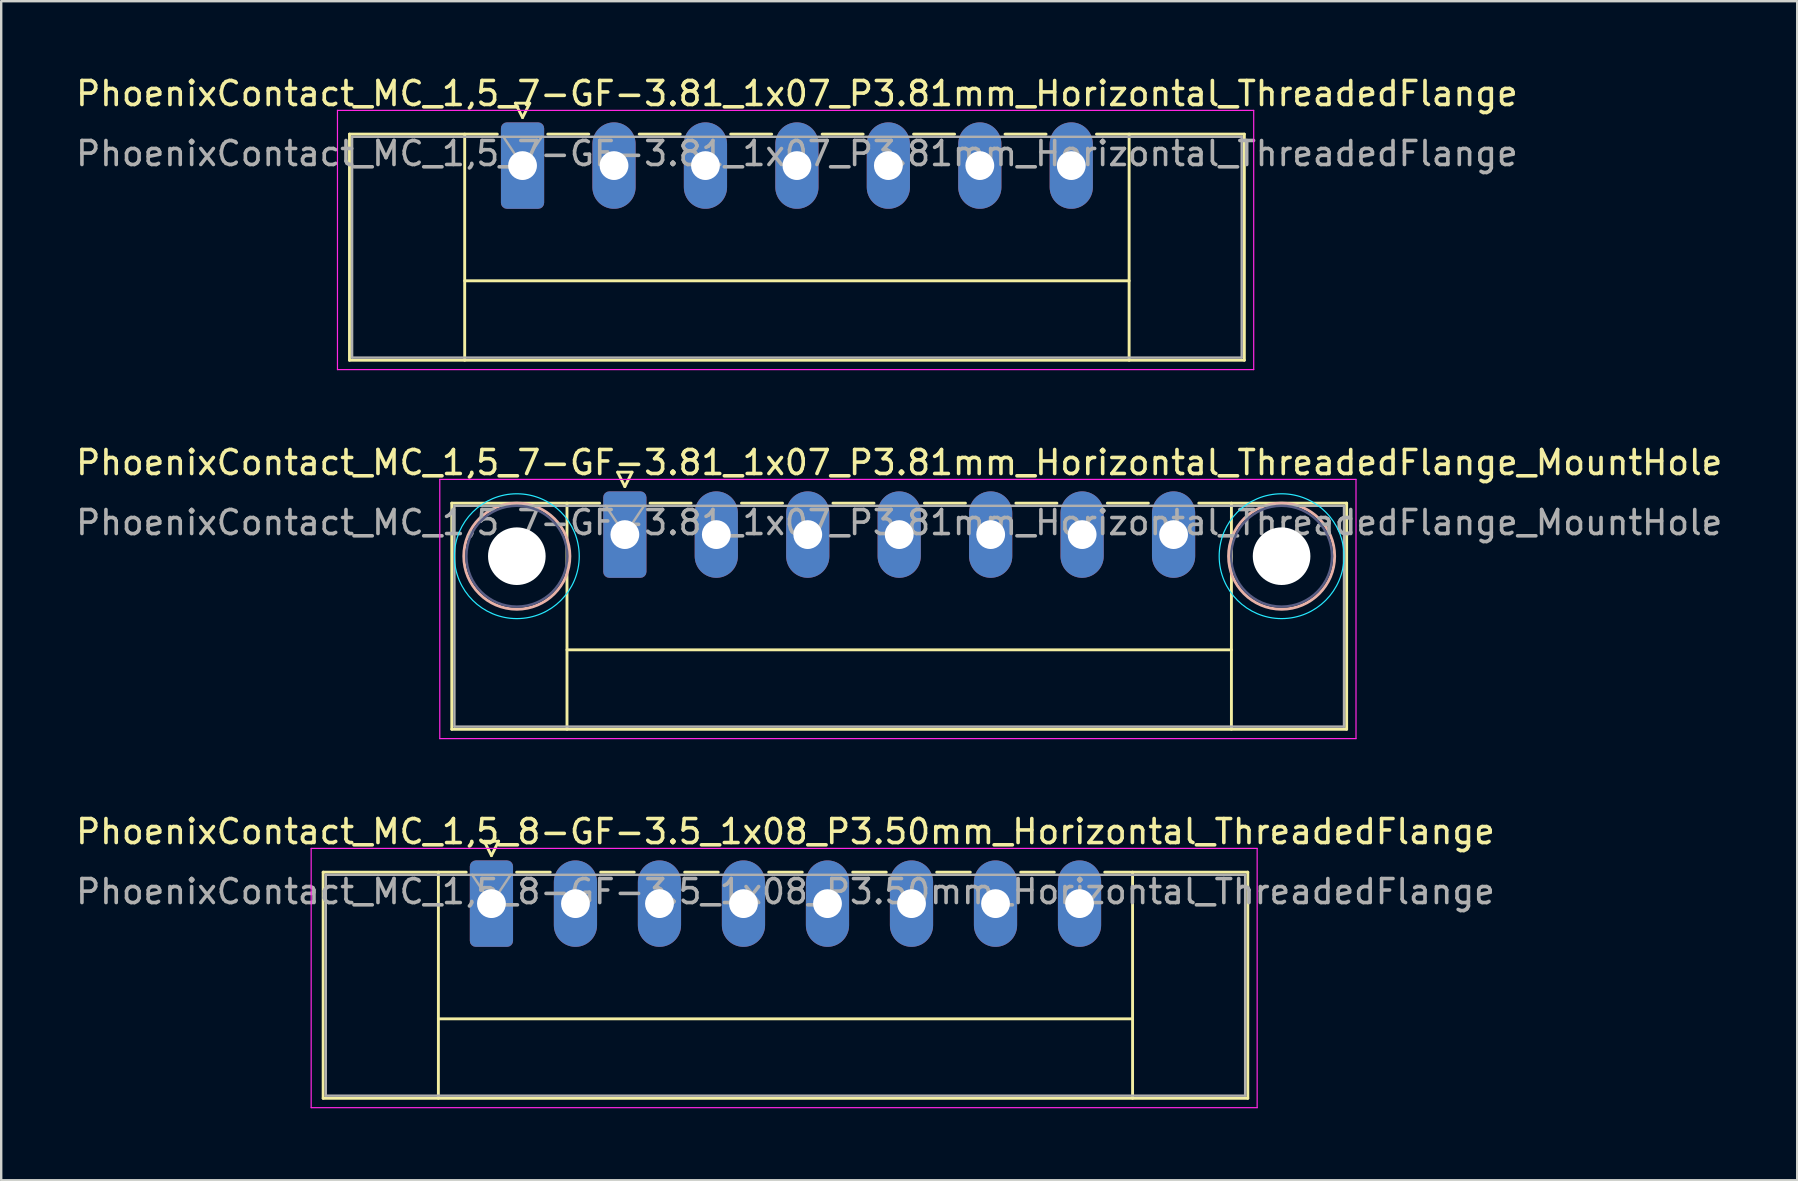
<source format=kicad_pcb>
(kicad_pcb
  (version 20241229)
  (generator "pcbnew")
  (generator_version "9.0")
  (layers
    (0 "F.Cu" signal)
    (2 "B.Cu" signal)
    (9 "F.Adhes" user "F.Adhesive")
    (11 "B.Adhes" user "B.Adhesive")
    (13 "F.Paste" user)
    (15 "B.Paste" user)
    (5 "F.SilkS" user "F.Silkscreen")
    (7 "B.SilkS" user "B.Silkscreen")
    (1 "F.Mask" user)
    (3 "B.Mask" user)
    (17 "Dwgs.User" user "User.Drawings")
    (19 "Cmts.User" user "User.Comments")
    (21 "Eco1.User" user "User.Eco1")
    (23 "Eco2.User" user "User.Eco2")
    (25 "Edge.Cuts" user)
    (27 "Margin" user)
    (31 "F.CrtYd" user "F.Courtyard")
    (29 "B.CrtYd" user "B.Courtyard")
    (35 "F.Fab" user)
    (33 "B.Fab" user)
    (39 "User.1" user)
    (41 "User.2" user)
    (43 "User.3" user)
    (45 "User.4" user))
  (footprint "PhoenixContact_MC_1,5_7-GF-3.81_1x07_P3.81mm_Horizontal_ThreadedFlange"
    (layer "F.Cu")
    (at 18.719 3.848)
    (property "Reference" "PhoenixContact_MC_1,5_7-GF-3.81_1x07_P3.81mm_Horizontal_ThreadedFlange" (at 11.43 -3 0) (layer "F.SilkS") (effects (font (size 1 1) (thickness 0.15))))
    (attr through_hole)
    (fp_line (start -7.21 -1.31) (end -7.21 8.11) (stroke (width 0.12) (type solid)) (layer "F.SilkS"))
    (fp_line (start -7.21 -1.31) (end -1.05 -1.31) (stroke (width 0.12) (type solid)) (layer "F.SilkS"))
    (fp_line (start -7.21 8.11) (end 30.07 8.11) (stroke (width 0.12) (type solid)) (layer "F.SilkS"))
    (fp_line (start -2.41 -1.31) (end -2.41 8.11) (stroke (width 0.12) (type solid)) (layer "F.SilkS"))
    (fp_line (start -2.41 4.8) (end 25.27 4.8) (stroke (width 0.12) (type solid)) (layer "F.SilkS"))
    (fp_line (start -0.3 -2.6) (end 0.3 -2.6) (stroke (width 0.12) (type solid)) (layer "F.SilkS"))
    (fp_line (start 0 -2) (end -0.3 -2.6) (stroke (width 0.12) (type solid)) (layer "F.SilkS"))
    (fp_line (start 0.3 -2.6) (end 0 -2) (stroke (width 0.12) (type solid)) (layer "F.SilkS"))
    (fp_line (start 1.05 -1.31) (end 2.76 -1.31) (stroke (width 0.12) (type solid)) (layer "F.SilkS"))
    (fp_line (start 4.86 -1.31) (end 6.57 -1.31) (stroke (width 0.12) (type solid)) (layer "F.SilkS"))
    (fp_line (start 8.67 -1.31) (end 10.38 -1.31) (stroke (width 0.12) (type solid)) (layer "F.SilkS"))
    (fp_line (start 12.48 -1.31) (end 14.19 -1.31) (stroke (width 0.12) (type solid)) (layer "F.SilkS"))
    (fp_line (start 16.29 -1.31) (end 18 -1.31) (stroke (width 0.12) (type solid)) (layer "F.SilkS"))
    (fp_line (start 20.1 -1.31) (end 21.81 -1.31) (stroke (width 0.12) (type solid)) (layer "F.SilkS"))
    (fp_line (start 25.27 -1.31) (end 25.27 8.11) (stroke (width 0.12) (type solid)) (layer "F.SilkS"))
    (fp_line (start 30.07 -1.31) (end 23.91 -1.31) (stroke (width 0.12) (type solid)) (layer "F.SilkS"))
    (fp_line (start 30.07 8.11) (end 30.07 -1.31) (stroke (width 0.12) (type solid)) (layer "F.SilkS"))
    (fp_line (start -7.71 -2.3) (end -7.71 8.5) (stroke (width 0.05) (type solid)) (layer "F.CrtYd"))
    (fp_line (start -7.71 8.5) (end 30.46 8.5) (stroke (width 0.05) (type solid)) (layer "F.CrtYd"))
    (fp_line (start 30.46 -2.3) (end -7.71 -2.3) (stroke (width 0.05) (type solid)) (layer "F.CrtYd"))
    (fp_line (start 30.46 8.5) (end 30.46 -2.3) (stroke (width 0.05) (type solid)) (layer "F.CrtYd"))
    (fp_line (start -7.1 -1.2) (end -7.1 8) (stroke (width 0.1) (type solid)) (layer "F.Fab"))
    (fp_line (start -7.1 8) (end 29.96 8) (stroke (width 0.1) (type solid)) (layer "F.Fab"))
    (fp_line (start 0 0) (end -0.8 -1.2) (stroke (width 0.1) (type solid)) (layer "F.Fab"))
    (fp_line (start 0.8 -1.2) (end 0 0) (stroke (width 0.1) (type solid)) (layer "F.Fab"))
    (fp_line (start 29.96 -1.2) (end -7.1 -1.2) (stroke (width 0.1) (type solid)) (layer "F.Fab"))
    (fp_line (start 29.96 8) (end 29.96 -1.2) (stroke (width 0.1) (type solid)) (layer "F.Fab"))
    (fp_text user "${REFERENCE}" (at 11.43 -0.5 0) (layer "F.Fab") (effects (font (size 1 1) (thickness 0.15))))
    (pad "1" thru_hole roundrect (at 0 0) (size 1.8 3.6) (drill 1.2) (layers "*.Cu" "*.Mask") (roundrect_rratio 0.139))
    (pad "2" thru_hole oval (at 3.81 0) (size 1.8 3.6) (drill 1.2) (layers "*.Cu" "*.Mask"))
    (pad "3" thru_hole oval (at 7.62 0) (size 1.8 3.6) (drill 1.2) (layers "*.Cu" "*.Mask"))
    (pad "4" thru_hole oval (at 11.43 0) (size 1.8 3.6) (drill 1.2) (layers "*.Cu" "*.Mask"))
    (pad "5" thru_hole oval (at 15.24 0) (size 1.8 3.6) (drill 1.2) (layers "*.Cu" "*.Mask"))
    (pad "6" thru_hole oval (at 19.05 0) (size 1.8 3.6) (drill 1.2) (layers "*.Cu" "*.Mask"))
    (pad "7" thru_hole oval (at 22.86 0) (size 1.8 3.6) (drill 1.2) (layers "*.Cu" "*.Mask")))
  (footprint "PhoenixContact_MC_1,5_8-GF-3.5_1x08_P3.50mm_Horizontal_ThreadedFlange"
    (layer "F.Cu")
    (at 17.423 34.595)
    (property "Reference" "PhoenixContact_MC_1,5_8-GF-3.5_1x08_P3.50mm_Horizontal_ThreadedFlange" (at 12.25 -3 0) (layer "F.SilkS") (effects (font (size 1 1) (thickness 0.15))))
    (attr through_hole)
    (fp_line (start -7.01 -1.31) (end -7.01 8.11) (stroke (width 0.12) (type solid)) (layer "F.SilkS"))
    (fp_line (start -7.01 -1.31) (end -1.05 -1.31) (stroke (width 0.12) (type solid)) (layer "F.SilkS"))
    (fp_line (start -7.01 8.11) (end 31.51 8.11) (stroke (width 0.12) (type solid)) (layer "F.SilkS"))
    (fp_line (start -2.21 -1.31) (end -2.21 8.11) (stroke (width 0.12) (type solid)) (layer "F.SilkS"))
    (fp_line (start -2.21 4.8) (end 26.71 4.8) (stroke (width 0.12) (type solid)) (layer "F.SilkS"))
    (fp_line (start -0.3 -2.6) (end 0.3 -2.6) (stroke (width 0.12) (type solid)) (layer "F.SilkS"))
    (fp_line (start 0 -2) (end -0.3 -2.6) (stroke (width 0.12) (type solid)) (layer "F.SilkS"))
    (fp_line (start 0.3 -2.6) (end 0 -2) (stroke (width 0.12) (type solid)) (layer "F.SilkS"))
    (fp_line (start 1.05 -1.31) (end 2.45 -1.31) (stroke (width 0.12) (type solid)) (layer "F.SilkS"))
    (fp_line (start 4.55 -1.31) (end 5.95 -1.31) (stroke (width 0.12) (type solid)) (layer "F.SilkS"))
    (fp_line (start 8.05 -1.31) (end 9.45 -1.31) (stroke (width 0.12) (type solid)) (layer "F.SilkS"))
    (fp_line (start 11.55 -1.31) (end 12.95 -1.31) (stroke (width 0.12) (type solid)) (layer "F.SilkS"))
    (fp_line (start 15.05 -1.31) (end 16.45 -1.31) (stroke (width 0.12) (type solid)) (layer "F.SilkS"))
    (fp_line (start 18.55 -1.31) (end 19.95 -1.31) (stroke (width 0.12) (type solid)) (layer "F.SilkS"))
    (fp_line (start 22.05 -1.31) (end 23.45 -1.31) (stroke (width 0.12) (type solid)) (layer "F.SilkS"))
    (fp_line (start 26.71 -1.31) (end 26.71 8.11) (stroke (width 0.12) (type solid)) (layer "F.SilkS"))
    (fp_line (start 31.51 -1.31) (end 25.55 -1.31) (stroke (width 0.12) (type solid)) (layer "F.SilkS"))
    (fp_line (start 31.51 8.11) (end 31.51 -1.31) (stroke (width 0.12) (type solid)) (layer "F.SilkS"))
    (fp_line (start -7.51 -2.3) (end -7.51 8.5) (stroke (width 0.05) (type solid)) (layer "F.CrtYd"))
    (fp_line (start -7.51 8.5) (end 31.9 8.5) (stroke (width 0.05) (type solid)) (layer "F.CrtYd"))
    (fp_line (start 31.9 -2.3) (end -7.51 -2.3) (stroke (width 0.05) (type solid)) (layer "F.CrtYd"))
    (fp_line (start 31.9 8.5) (end 31.9 -2.3) (stroke (width 0.05) (type solid)) (layer "F.CrtYd"))
    (fp_line (start -6.9 -1.2) (end -6.9 8) (stroke (width 0.1) (type solid)) (layer "F.Fab"))
    (fp_line (start -6.9 8) (end 31.4 8) (stroke (width 0.1) (type solid)) (layer "F.Fab"))
    (fp_line (start 0 0) (end -0.8 -1.2) (stroke (width 0.1) (type solid)) (layer "F.Fab"))
    (fp_line (start 0.8 -1.2) (end 0 0) (stroke (width 0.1) (type solid)) (layer "F.Fab"))
    (fp_line (start 31.4 -1.2) (end -6.9 -1.2) (stroke (width 0.1) (type solid)) (layer "F.Fab"))
    (fp_line (start 31.4 8) (end 31.4 -1.2) (stroke (width 0.1) (type solid)) (layer "F.Fab"))
    (fp_text user "${REFERENCE}" (at 12.25 -0.5 0) (layer "F.Fab") (effects (font (size 1 1) (thickness 0.15))))
    (pad "1" thru_hole roundrect (at 0 0) (size 1.8 3.6) (drill 1.2) (layers "*.Cu" "*.Mask") (roundrect_rratio 0.139))
    (pad "2" thru_hole oval (at 3.5 0) (size 1.8 3.6) (drill 1.2) (layers "*.Cu" "*.Mask"))
    (pad "3" thru_hole oval (at 7 0) (size 1.8 3.6) (drill 1.2) (layers "*.Cu" "*.Mask"))
    (pad "4" thru_hole oval (at 10.5 0) (size 1.8 3.6) (drill 1.2) (layers "*.Cu" "*.Mask"))
    (pad "5" thru_hole oval (at 14 0) (size 1.8 3.6) (drill 1.2) (layers "*.Cu" "*.Mask"))
    (pad "6" thru_hole oval (at 17.5 0) (size 1.8 3.6) (drill 1.2) (layers "*.Cu" "*.Mask"))
    (pad "7" thru_hole oval (at 21 0) (size 1.8 3.6) (drill 1.2) (layers "*.Cu" "*.Mask"))
    (pad "8" thru_hole oval (at 24.5 0) (size 1.8 3.6) (drill 1.2) (layers "*.Cu" "*.Mask")))
  (footprint "PhoenixContact_MC_1,5_7-GF-3.81_1x07_P3.81mm_Horizontal_ThreadedFlange_MountHole"
    (layer "F.Cu")
    (at 22.981 19.221)
    (property "Reference" "PhoenixContact_MC_1,5_7-GF-3.81_1x07_P3.81mm_Horizontal_ThreadedFlange_MountHole" (at 11.43 -3 0) (layer "F.SilkS") (effects (font (size 1 1) (thickness 0.15))))
    (attr through_hole)
    (fp_line (start -7.21 -1.31) (end -7.21 8.11) (stroke (width 0.12) (type solid)) (layer "F.SilkS"))
    (fp_line (start -7.21 -1.31) (end -1.05 -1.31) (stroke (width 0.12) (type solid)) (layer "F.SilkS"))
    (fp_line (start -7.21 8.11) (end 30.07 8.11) (stroke (width 0.12) (type solid)) (layer "F.SilkS"))
    (fp_line (start -2.41 -1.31) (end -2.41 8.11) (stroke (width 0.12) (type solid)) (layer "F.SilkS"))
    (fp_line (start -2.41 4.8) (end 25.27 4.8) (stroke (width 0.12) (type solid)) (layer "F.SilkS"))
    (fp_line (start -0.3 -2.6) (end 0.3 -2.6) (stroke (width 0.12) (type solid)) (layer "F.SilkS"))
    (fp_line (start 0 -2) (end -0.3 -2.6) (stroke (width 0.12) (type solid)) (layer "F.SilkS"))
    (fp_line (start 0.3 -2.6) (end 0 -2) (stroke (width 0.12) (type solid)) (layer "F.SilkS"))
    (fp_line (start 1.05 -1.31) (end 2.76 -1.31) (stroke (width 0.12) (type solid)) (layer "F.SilkS"))
    (fp_line (start 4.86 -1.31) (end 6.57 -1.31) (stroke (width 0.12) (type solid)) (layer "F.SilkS"))
    (fp_line (start 8.67 -1.31) (end 10.38 -1.31) (stroke (width 0.12) (type solid)) (layer "F.SilkS"))
    (fp_line (start 12.48 -1.31) (end 14.19 -1.31) (stroke (width 0.12) (type solid)) (layer "F.SilkS"))
    (fp_line (start 16.29 -1.31) (end 18 -1.31) (stroke (width 0.12) (type solid)) (layer "F.SilkS"))
    (fp_line (start 20.1 -1.31) (end 21.81 -1.31) (stroke (width 0.12) (type solid)) (layer "F.SilkS"))
    (fp_line (start 25.27 -1.31) (end 25.27 8.11) (stroke (width 0.12) (type solid)) (layer "F.SilkS"))
    (fp_line (start 30.07 -1.31) (end 23.91 -1.31) (stroke (width 0.12) (type solid)) (layer "F.SilkS"))
    (fp_line (start 30.07 8.11) (end 30.07 -1.31) (stroke (width 0.12) (type solid)) (layer "F.SilkS"))
    (fp_circle (center -4.5 0.9) (end -2.29 0.9) (stroke (width 0.12) (type solid)) (fill no) (layer "B.SilkS"))
    (fp_circle (center 27.36 0.9) (end 29.57 0.9) (stroke (width 0.12) (type solid)) (fill no) (layer "B.SilkS"))
    (fp_circle (center -4.5 0.9) (end -1.9 0.9) (stroke (width 0.05) (type solid)) (fill no) (layer "B.CrtYd"))
    (fp_circle (center 27.36 0.9) (end 29.96 0.9) (stroke (width 0.05) (type solid)) (fill no) (layer "B.CrtYd"))
    (fp_line (start -7.71 -2.3) (end -7.71 8.5) (stroke (width 0.05) (type solid)) (layer "F.CrtYd"))
    (fp_line (start -7.71 8.5) (end 30.46 8.5) (stroke (width 0.05) (type solid)) (layer "F.CrtYd"))
    (fp_line (start 30.46 -2.3) (end -7.71 -2.3) (stroke (width 0.05) (type solid)) (layer "F.CrtYd"))
    (fp_line (start 30.46 8.5) (end 30.46 -2.3) (stroke (width 0.05) (type solid)) (layer "F.CrtYd"))
    (fp_circle (center -4.5 0.9) (end -2.4 0.9) (stroke (width 0.1) (type solid)) (fill no) (layer "B.Fab"))
    (fp_circle (center 27.36 0.9) (end 29.46 0.9) (stroke (width 0.1) (type solid)) (fill no) (layer "B.Fab"))
    (fp_line (start -7.1 -1.2) (end -7.1 8) (stroke (width 0.1) (type solid)) (layer "F.Fab"))
    (fp_line (start -7.1 8) (end 29.96 8) (stroke (width 0.1) (type solid)) (layer "F.Fab"))
    (fp_line (start 0 0) (end -0.8 -1.2) (stroke (width 0.1) (type solid)) (layer "F.Fab"))
    (fp_line (start 0.8 -1.2) (end 0 0) (stroke (width 0.1) (type solid)) (layer "F.Fab"))
    (fp_line (start 29.96 -1.2) (end -7.1 -1.2) (stroke (width 0.1) (type solid)) (layer "F.Fab"))
    (fp_line (start 29.96 8) (end 29.96 -1.2) (stroke (width 0.1) (type solid)) (layer "F.Fab"))
    (fp_text user "${REFERENCE}" (at 11.43 -0.5 0) (layer "F.Fab") (effects (font (size 1 1) (thickness 0.15))))
    (pad "" np_thru_hole circle (at -4.5 0.9) (size 2.4 2.4) (drill 2.4) (layers "*.Cu" "*.Mask"))
    (pad "" np_thru_hole circle (at 27.36 0.9) (size 2.4 2.4) (drill 2.4) (layers "*.Cu" "*.Mask"))
    (pad "1" thru_hole roundrect (at 0 0) (size 1.8 3.6) (drill 1.2) (layers "*.Cu" "*.Mask") (roundrect_rratio 0.139))
    (pad "2" thru_hole oval (at 3.81 0) (size 1.8 3.6) (drill 1.2) (layers "*.Cu" "*.Mask"))
    (pad "3" thru_hole oval (at 7.62 0) (size 1.8 3.6) (drill 1.2) (layers "*.Cu" "*.Mask"))
    (pad "4" thru_hole oval (at 11.43 0) (size 1.8 3.6) (drill 1.2) (layers "*.Cu" "*.Mask"))
    (pad "5" thru_hole oval (at 15.24 0) (size 1.8 3.6) (drill 1.2) (layers "*.Cu" "*.Mask"))
    (pad "6" thru_hole oval (at 19.05 0) (size 1.8 3.6) (drill 1.2) (layers "*.Cu" "*.Mask"))
    (pad "7" thru_hole oval (at 22.86 0) (size 1.8 3.6) (drill 1.2) (layers "*.Cu" "*.Mask")))
  (gr_rect
    (start -3 -3)
    (end 71.821 46.12)
    (stroke (width 0.1) (type default))
    (fill no)
    (layer "Edge.Cuts")))
</source>
